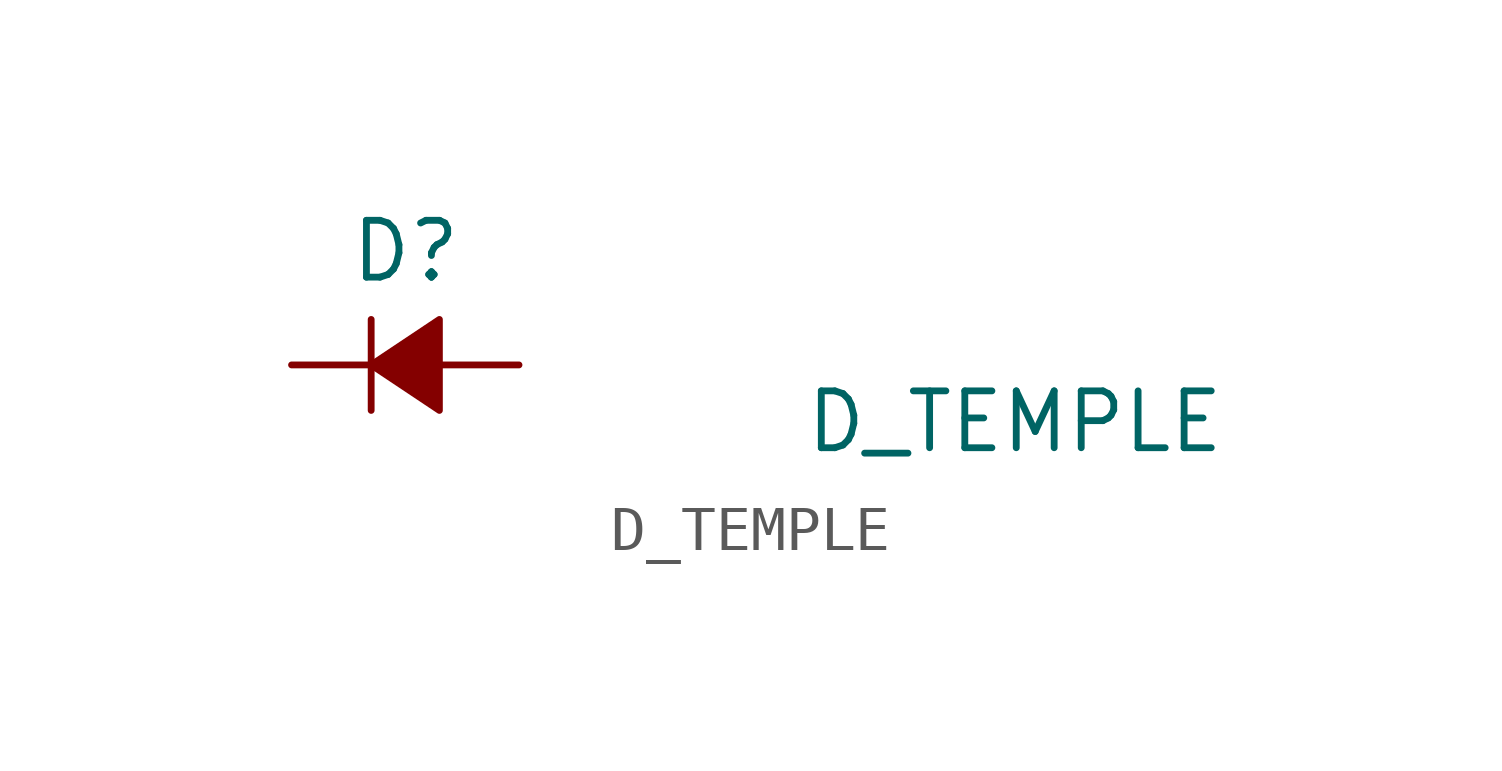
<source format=kicad_sym>
(kicad_symbol_lib
  (version 20220914)
  (generator kicad_symbol_editor)
  (symbol "D_TEMPLE"
    (pin_numbers hide)
    (pin_names
      (offset 0.254) hide)
    (property "Reference" "D"
      (at -1.27 2.54 0)
      (effects (font (size 1.27 1.27)) (justify left)))
    (property "Value" "D_TEMPLE"
      (at 8.89 -1.27 0)
      (effects (font (size 1.27 1.27)) (justify left)))
    (symbol "D_TEMPLE_0_1"
      (polyline (pts (xy -0.762 -1.016) (xy -0.762 1.016)) (stroke (width 0) (type solid)) (fill (type none)))
      (polyline (pts (xy -0.762 0) (xy 0.762 0)) (stroke (width 0) (type solid)) (fill (type none)))
      (polyline (pts (xy 0.762 -1.016) (xy -0.762 0) (xy 0.762 1.016) (xy 0.762 -1.016)) (stroke (width 0) (type solid)) (fill (type outline))))
    (symbol "D_TEMPLE_1_1"
      (pin passive line (at -2.54 0 0) (length 1.778) (name "K" (effects (font (size 1.27 1.27)))) (number "1" (effects (font (size 1.27 1.27)))))
      (pin passive line (at 2.54 0 180) (length 1.778) (name "A" (effects (font (size 1.27 1.27)))) (number "2" (effects (font (size 1.27 1.27))))))))
</source>
